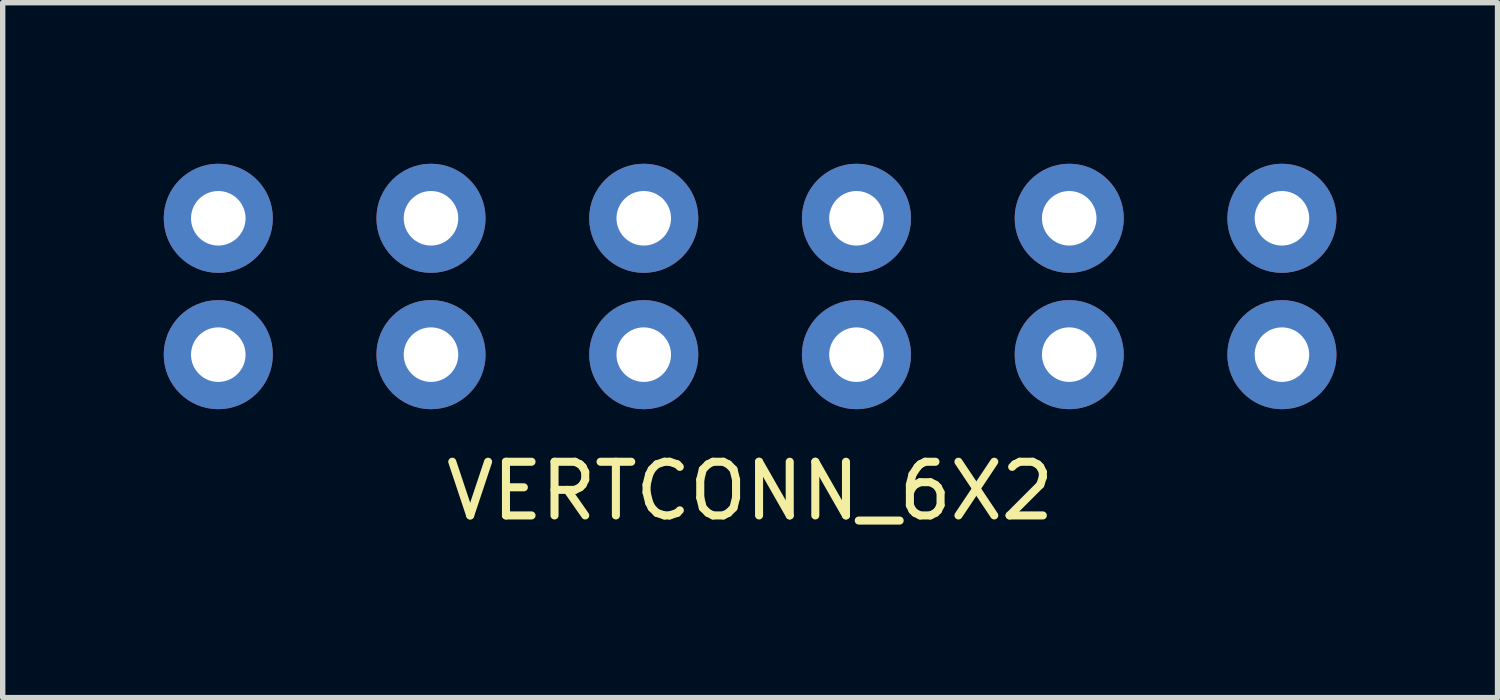
<source format=kicad_pcb>
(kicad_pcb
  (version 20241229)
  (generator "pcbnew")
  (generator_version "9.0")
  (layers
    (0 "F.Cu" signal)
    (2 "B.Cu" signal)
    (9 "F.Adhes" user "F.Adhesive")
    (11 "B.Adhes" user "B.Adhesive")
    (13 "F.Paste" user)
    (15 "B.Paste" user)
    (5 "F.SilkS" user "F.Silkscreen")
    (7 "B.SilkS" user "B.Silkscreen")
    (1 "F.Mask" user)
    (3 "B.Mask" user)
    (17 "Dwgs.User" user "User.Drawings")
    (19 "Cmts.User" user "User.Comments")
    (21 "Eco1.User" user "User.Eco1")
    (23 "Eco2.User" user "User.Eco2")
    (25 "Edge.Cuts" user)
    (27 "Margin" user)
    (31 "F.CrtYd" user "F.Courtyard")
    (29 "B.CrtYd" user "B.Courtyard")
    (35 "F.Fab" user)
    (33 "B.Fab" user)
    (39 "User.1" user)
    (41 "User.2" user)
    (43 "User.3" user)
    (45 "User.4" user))
  (footprint "VERTCONN_6X2"
    (layer "F.Cu")
    (at 10.922 2.286)
    (property "Reference" "VERTCONN_6X2" (at 0 3.81 0) (layer "F.SilkS") (effects (font (size 1 1) (thickness 0.15))))
    (attr through_hole)
    (pad "1" thru_hole circle (at 9.906 1.27) (size 2.032 2.032) (drill 1.016) (layers "*.Cu" "*.Mask"))
    (pad "2" thru_hole circle (at 5.944 1.27) (size 2.032 2.032) (drill 1.016) (layers "*.Cu" "*.Mask"))
    (pad "3" thru_hole circle (at 1.981 1.27) (size 2.032 2.032) (drill 1.016) (layers "*.Cu" "*.Mask"))
    (pad "4" thru_hole circle (at -1.981 1.27) (size 2.032 2.032) (drill 1.016) (layers "*.Cu" "*.Mask"))
    (pad "5" thru_hole circle (at -5.944 1.27) (size 2.032 2.032) (drill 1.016) (layers "*.Cu" "*.Mask"))
    (pad "6" thru_hole circle (at -9.906 1.27) (size 2.032 2.032) (drill 1.016) (layers "*.Cu" "*.Mask"))
    (pad "A" thru_hole circle (at 9.906 -1.27) (size 2.032 2.032) (drill 1.016) (layers "*.Cu" "*.Mask"))
    (pad "B" thru_hole circle (at 5.944 -1.27) (size 2.032 2.032) (drill 1.016) (layers "*.Cu" "*.Mask"))
    (pad "C" thru_hole circle (at 1.981 -1.27) (size 2.032 2.032) (drill 1.016) (layers "*.Cu" "*.Mask"))
    (pad "D" thru_hole circle (at -1.981 -1.27) (size 2.032 2.032) (drill 1.016) (layers "*.Cu" "*.Mask"))
    (pad "E" thru_hole circle (at -5.944 -1.27) (size 2.032 2.032) (drill 1.016) (layers "*.Cu" "*.Mask"))
    (pad "F" thru_hole circle (at -9.906 -1.27) (size 2.032 2.032) (drill 1.016) (layers "*.Cu" "*.Mask")))
  (gr_rect
    (start -3 -3)
    (end 24.844 9.944)
    (stroke (width 0.1) (type default))
    (fill no)
    (layer "Edge.Cuts")))
</source>
